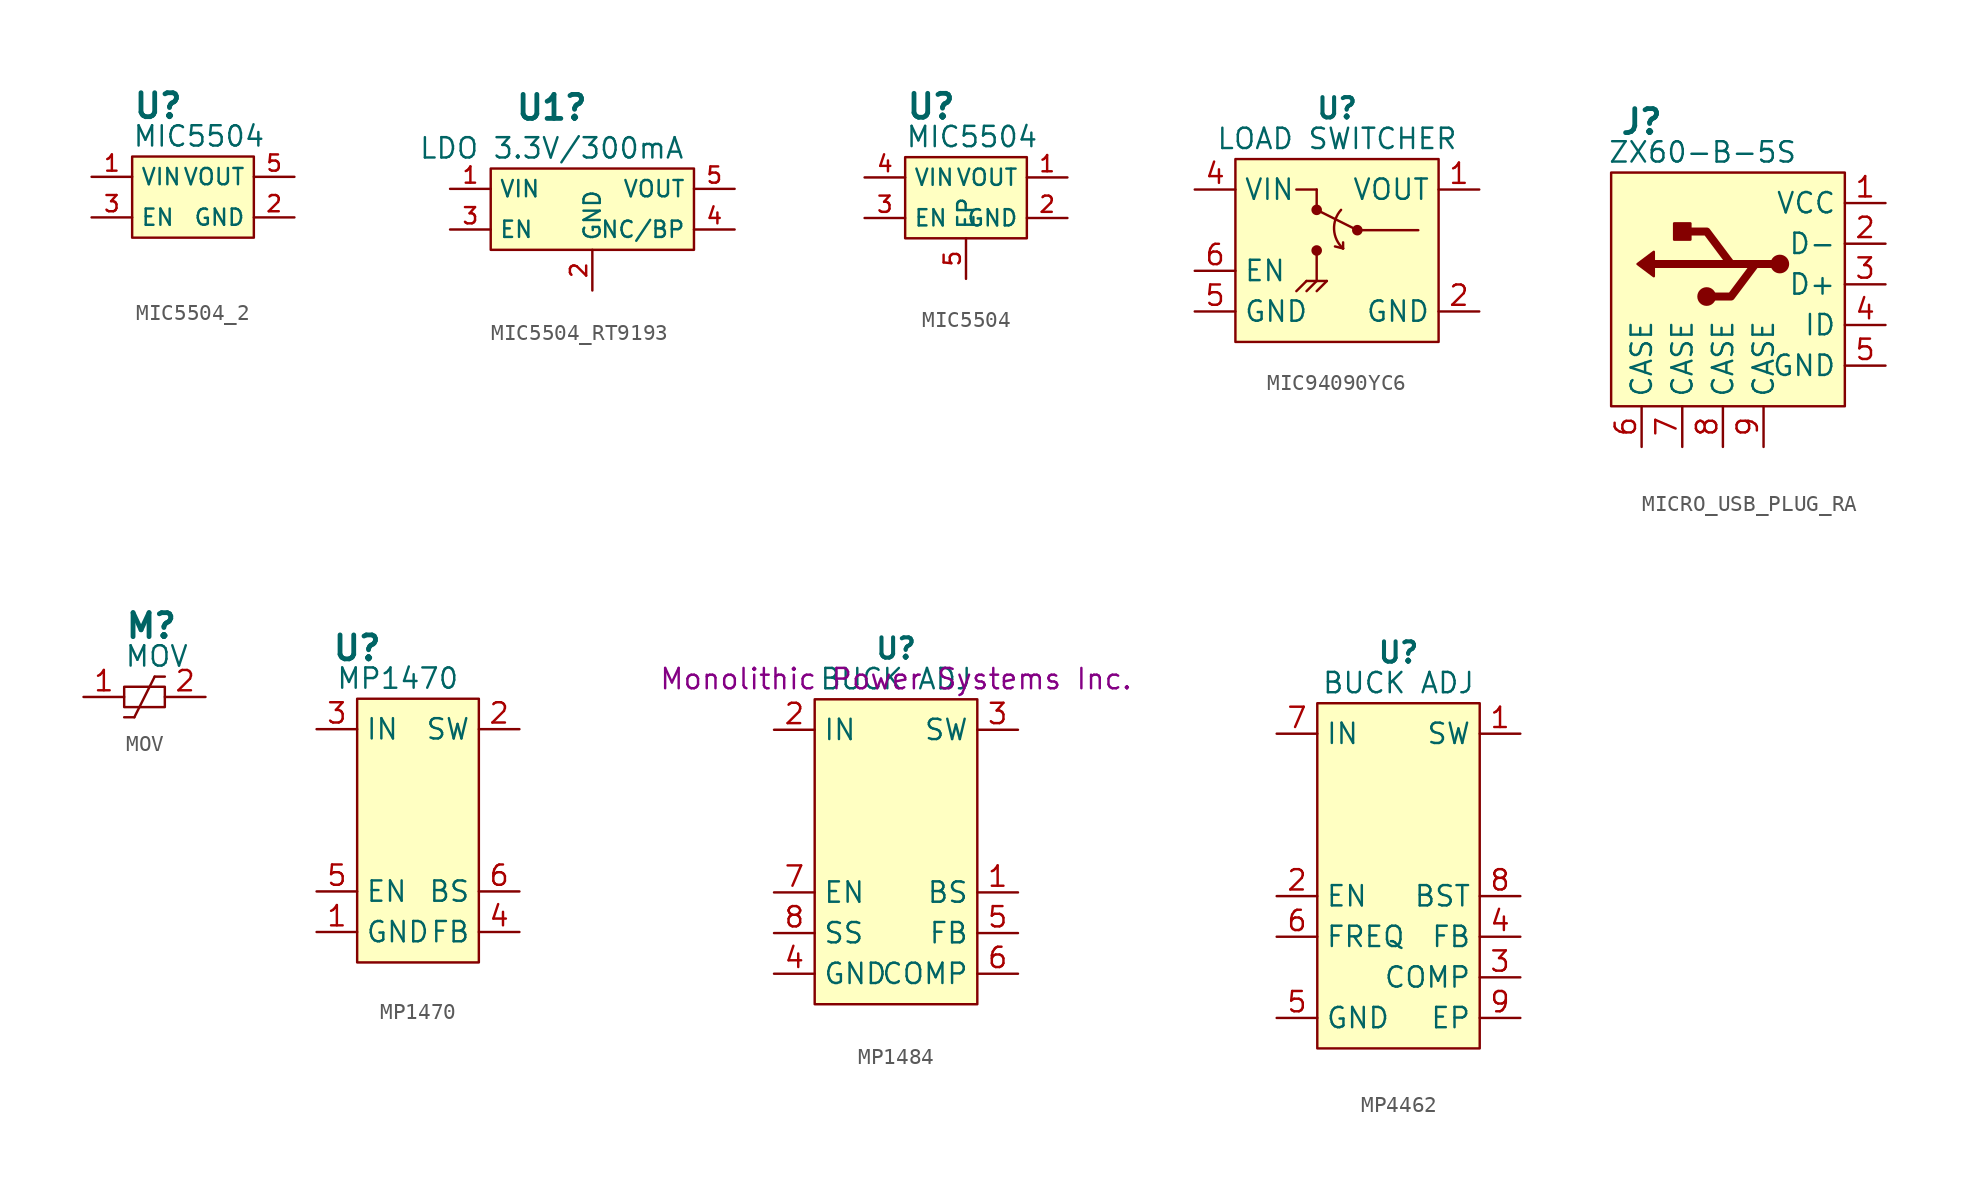
<source format=kicad_sym>
(kicad_symbol_lib
  (version 20231120)
  (generator "kicad_symbol_editor")
  (generator_version "8.0")
  (symbol "MIC5504_2"
    (property "Reference" "U"
      (at 0 -0.635 0)
      (effects (font (size 1.5 1.5) (bold yes)) (justify left)))
    (property "Value" "MIC5504"
      (at 0 -2.54 0)
      (effects (font (size 1.27 1.27)) (justify left)))
    (symbol "MIC5504_2_1_0"
      (pin power_in line (at -2.54 -5.08 0) (length 2.54) (name "VIN" (effects (font (size 1.016 1.016)))) (number "1" (effects (font (size 1.016 1.016)))))
      (pin power_in line (at 10.16 -7.62 180) (length 2.54) (name "GND" (effects (font (size 1.016 1.016)))) (number "2" (effects (font (size 1.016 1.016)))))
      (pin input line (at -2.54 -7.62 0) (length 2.54) (name "EN" (effects (font (size 1.016 1.016)))) (number "3" (effects (font (size 1.016 1.016)))))
      (pin no_connect line (at 3.81 -11.43 90) (length 2.54) hide (name "NC" (effects (font (size 1.016 1.016)))) (number "4" (effects (font (size 1.016 1.016)))))
      (pin power_out line (at 10.16 -5.08 180) (length 2.54) (name "VOUT" (effects (font (size 1.016 1.016)))) (number "5" (effects (font (size 1.016 1.016))))))
    (symbol "MIC5504_2_1_1"
      (rectangle (start 0 -3.81) (end 7.62 -8.89) (stroke (width 0) (type default)) (fill (type background)))))
  (symbol "MIC5504_RT9193"
    (property "Reference" "U1"
      (at 3.81 0 0)
      (effects (font (size 1.5 1.5) (bold yes))))
    (property "Value" "LDO 3.3V/300mA"
      (at 3.81 -2.54 0)
      (effects (font (size 1.27 1.27))))
    (symbol "MIC5504_RT9193_1_0"
      (pin power_in line (at -2.54 -5.08 0) (length 2.54) (name "VIN" (effects (font (size 1.016 1.016)))) (number "1" (effects (font (size 1.016 1.016)))))
      (pin power_in line (at 6.35 -11.43 90) (length 2.54) (name "GND" (effects (font (size 1.016 1.016)))) (number "2" (effects (font (size 1.016 1.016)))))
      (pin input line (at -2.54 -7.62 0) (length 2.54) (name "EN" (effects (font (size 1.016 1.016)))) (number "3" (effects (font (size 1.016 1.016)))))
      (pin passive line (at 15.24 -7.62 180) (length 2.54) (name "NC/BP" (effects (font (size 1.016 1.016)))) (number "4" (effects (font (size 1.016 1.016)))))
      (pin power_out line (at 15.24 -5.08 180) (length 2.54) (name "VOUT" (effects (font (size 1.016 1.016)))) (number "5" (effects (font (size 1.016 1.016))))))
    (symbol "MIC5504_RT9193_1_1"
      (rectangle (start 0 -3.81) (end 12.7 -8.89) (stroke (width 0) (type default)) (fill (type background)))))
  (symbol "MIC5504"
    (property "Reference" "U"
      (at 0 0 0)
      (effects (font (size 1.5 1.5) (bold yes)) (justify left)))
    (property "Value" "MIC5504"
      (at 0 -1.905 0)
      (effects (font (size 1.27 1.27)) (justify left)))
    (symbol "MIC5504_1_0"
      (pin power_out line (at 10.16 -4.445 180) (length 2.54) (name "VOUT" (effects (font (size 1.016 1.016)))) (number "1" (effects (font (size 1.016 1.016)))))
      (pin power_in line (at 10.16 -6.985 180) (length 2.54) (name "GND" (effects (font (size 1.016 1.016)))) (number "2" (effects (font (size 1.016 1.016)))))
      (pin input line (at -2.54 -6.985 0) (length 2.54) (name "EN" (effects (font (size 1.016 1.016)))) (number "3" (effects (font (size 1.016 1.016)))))
      (pin power_in line (at -2.54 -4.445 0) (length 2.54) (name "VIN" (effects (font (size 1.016 1.016)))) (number "4" (effects (font (size 1.016 1.016)))))
      (pin passive line (at 3.81 -10.795 90) (length 2.54) (name "EP" (effects (font (size 1.016 1.016)))) (number "5" (effects (font (size 1.016 1.016))))))
    (symbol "MIC5504_1_1"
      (rectangle (start 0 -3.175) (end 7.62 -8.255) (stroke (width 0) (type default)) (fill (type background)))))
  (symbol "MIC94090YC6"
    (property "Reference" "U"
      (at 0 0 0)
      (effects (font (size 1.27 1.27) (bold yes))))
    (property "Value" "LOAD SWITCHER"
      (at 0 -1.905 0)
      (effects (font (size 1.27 1.27))))
    (symbol "MIC94090YC6_0_0"
      (pin power_out line (at 8.89 -5.08 180) (length 2.54) (name "VOUT" (effects (font (size 1.27 1.27)))) (number "1" (effects (font (size 1.27 1.27)))))
      (pin passive line (at 8.89 -12.7 180) (length 2.54) (name "GND" (effects (font (size 1.27 1.27)))) (number "2" (effects (font (size 1.27 1.27)))))
      (pin power_in line (at -8.89 -5.08 0) (length 2.54) (name "VIN" (effects (font (size 1.27 1.27)))) (number "4" (effects (font (size 1.27 1.27)))))
      (pin passive line (at -8.89 -12.7 0) (length 2.54) (name "GND" (effects (font (size 1.27 1.27)))) (number "5" (effects (font (size 1.27 1.27)))))
      (pin input line (at -8.89 -10.16 0) (length 2.54) (name "EN" (effects (font (size 1.27 1.27)))) (number "6" (effects (font (size 1.27 1.27))))))
    (symbol "MIC94090YC6_0_1"
      (polyline (pts (xy -2.54 -5.08) (xy -1.27 -5.08)) (stroke (width 0) (type default)) (fill (type none)))
      (polyline (pts (xy -1.905 -10.795) (xy -2.54 -11.43)) (stroke (width 0) (type default)) (fill (type none)))
      (polyline (pts (xy -1.905 -10.795) (xy -0.635 -10.795)) (stroke (width 0) (type default)) (fill (type none)))
      (polyline (pts (xy -1.27 -10.795) (xy -1.905 -11.43)) (stroke (width 0) (type default)) (fill (type none)))
      (polyline (pts (xy -1.27 -8.89) (xy -1.27 -10.795)) (stroke (width 0) (type default)) (fill (type none)))
      (polyline (pts (xy -1.27 -6.35) (xy 1.27 -7.62)) (stroke (width 0) (type default)) (fill (type none)))
      (polyline (pts (xy -1.27 -5.08) (xy -1.27 -6.35)) (stroke (width 0) (type default)) (fill (type none)))
      (polyline (pts (xy -0.635 -10.795) (xy -1.27 -11.43)) (stroke (width 0) (type default)) (fill (type none)))
      (polyline (pts (xy 1.27 -7.62) (xy 5.08 -7.62)) (stroke (width 0) (type default)) (fill (type none))))
    (symbol "MIC94090YC6_1_0"
      (pin no_connect line (at 8.89 -10.16 180) (length 2.54) hide (name "NC" (effects (font (size 1.27 1.27)))) (number "3" (effects (font (size 1.27 1.27))))))
    (symbol "MIC94090YC6_1_1"
      (rectangle (start -6.35 -3.175) (end 6.35 -14.605) (stroke (width 0) (type default)) (fill (type background)))
      (circle (center -1.27 -8.89) (radius 0.254) (stroke (width 0) (type default)) (fill (type outline)))
      (circle (center -1.27 -6.35) (radius 0.254) (stroke (width 0) (type default)) (fill (type outline)))
      (polyline (pts (xy -0.127 -8.636) (xy 0.381 -8.763)) (stroke (width 0) (type default)) (fill (type none)))
      (polyline (pts (xy 0.381 -8.382) (xy 0.381 -8.763)) (stroke (width 0) (type default)) (fill (type none)))
      (arc (start 0.254 -6.35) (mid -0.1822 -7.5828) (end 0.381 -8.763) (stroke (width 0) (type default)) (fill (type none)))
      (circle (center 1.27 -7.62) (radius 0.254) (stroke (width 0) (type default)) (fill (type outline)))))
  (symbol "MICRO_USB_PLUG_RA"
    (property "Reference" "J"
      (at 0 0 0)
      (effects (font (size 1.5 1.5) (bold yes))))
    (property "Value" "ZX60-B-5S"
      (at 3.81 -1.905 0)
      (effects (font (size 1.27 1.27))))
    (symbol "MICRO_USB_PLUG_RA_1_1"
      (rectangle (start -1.905 -3.175) (end 12.7 -17.78) (stroke (width 0) (type default)) (fill (type background)))
      (polyline (pts (xy 5.588 -8.89) (xy 0.254 -8.89)) (stroke (width 0.5) (type default)) (fill (type none)))
      (polyline (pts (xy -0.254 -8.89) (xy 0.762 -9.652) (xy 0.762 -8.128) (xy -0.254 -8.89)) (stroke (width 0) (type default)) (fill (type outline)))
      (polyline (pts (xy 2.54 -6.858) (xy 3.81 -6.858) (xy 4.064 -6.858) (xy 5.588 -8.89) (xy 7.112 -8.89)) (stroke (width 0.5) (type default)) (fill (type none)))
      (polyline (pts (xy 4.064 -10.922) (xy 5.334 -10.922) (xy 5.588 -10.922) (xy 7.112 -8.89) (xy 8.636 -8.89)) (stroke (width 0.5) (type default)) (fill (type none)))
      (rectangle (start 2.032 -6.35) (end 3.048 -7.366) (stroke (width 0) (type default)) (fill (type outline)))
      (circle (center 4.064 -10.922) (radius 0.508) (stroke (width 0) (type default)) (fill (type outline)))
      (circle (center 8.636 -8.89) (radius 0.508) (stroke (width 0) (type default)) (fill (type outline)))
      (pin power_out line (at 15.24 -5.08 180) (length 2.54) (name "VCC" (effects (font (size 1.27 1.27)))) (number "1" (effects (font (size 1.27 1.27)))))
      (pin bidirectional line (at 15.24 -7.62 180) (length 2.54) (name "D-" (effects (font (size 1.27 1.27)))) (number "2" (effects (font (size 1.27 1.27)))))
      (pin bidirectional line (at 15.24 -10.16 180) (length 2.54) (name "D+" (effects (font (size 1.27 1.27)))) (number "3" (effects (font (size 1.27 1.27)))))
      (pin input line (at 15.24 -12.7 180) (length 2.54) (name "ID" (effects (font (size 1.27 1.27)))) (number "4" (effects (font (size 1.27 1.27)))))
      (pin passive line (at 15.24 -15.24 180) (length 2.54) (name "GND" (effects (font (size 1.27 1.27)))) (number "5" (effects (font (size 1.27 1.27)))))
      (pin passive line (at 0 -20.32 90) (length 2.54) (name "CASE" (effects (font (size 1.27 1.27)))) (number "6" (effects (font (size 1.27 1.27)))))
      (pin passive line (at 2.54 -20.32 90) (length 2.54) (name "CASE" (effects (font (size 1.27 1.27)))) (number "7" (effects (font (size 1.27 1.27)))))
      (pin passive line (at 5.08 -20.32 90) (length 2.54) (name "CASE" (effects (font (size 1.27 1.27)))) (number "8" (effects (font (size 1.27 1.27)))))
      (pin passive line (at 7.62 -20.32 90) (length 2.54) (name "CASE" (effects (font (size 1.27 1.27)))) (number "9" (effects (font (size 1.27 1.27)))))))
  (symbol "MOV"
    (pin_names hide)
    (property "Reference" "M"
      (at 0 1.905 0)
      (effects (font (size 1.5 1.5) (bold yes)) (justify left)))
    (property "Value" "MOV"
      (at 0 0 0)
      (effects (font (size 1.27 1.27)) (justify left)))
    (symbol "MOV_0_1"
      (rectangle (start 0 -1.905) (end 2.54 -3.175) (stroke (width 0) (type default)) (fill (type none)))
      (polyline (pts (xy 0 -3.81) (xy 0.635 -3.81)) (stroke (width 0) (type default)) (fill (type none)))
      (polyline (pts (xy 1.905 -1.27) (xy 0.635 -3.81)) (stroke (width 0) (type default)) (fill (type none)))
      (polyline (pts (xy 1.905 -1.27) (xy 2.54 -1.27)) (stroke (width 0) (type default)) (fill (type none))))
    (symbol "MOV_1_1"
      (pin bidirectional line (at -2.54 -2.54 0) (length 2.54) (name "1" (effects (font (size 1.27 1.27)))) (number "1" (effects (font (size 1.27 1.27)))))
      (pin bidirectional line (at 5.08 -2.54 180) (length 2.54) (name "2" (effects (font (size 1.27 1.27)))) (number "2" (effects (font (size 1.27 1.27)))))))
  (symbol "MP1470"
    (property "Reference" "U"
      (at 34.29 24.13 0)
      (effects (font (size 1.5 1.5) (bold yes))))
    (property "Value" "MP1470"
      (at 36.83 22.225 0)
      (effects (font (size 1.27 1.27))))
    (symbol "MP1470_1_1"
      (rectangle (start 34.29 20.955) (end 41.91 4.445) (stroke (width 0) (type default)) (fill (type background)))
      (pin power_in line (at 31.75 6.35 0) (length 2.54) (name "GND" (effects (font (size 1.27 1.27)))) (number "1" (effects (font (size 1.27 1.27)))))
      (pin power_out line (at 44.45 19.05 180) (length 2.54) (name "SW" (effects (font (size 1.27 1.27)))) (number "2" (effects (font (size 1.27 1.27)))))
      (pin power_in line (at 31.75 19.05 0) (length 2.54) (name "IN" (effects (font (size 1.27 1.27)))) (number "3" (effects (font (size 1.27 1.27)))))
      (pin input line (at 44.45 6.35 180) (length 2.54) (name "FB" (effects (font (size 1.27 1.27)))) (number "4" (effects (font (size 1.27 1.27)))))
      (pin input line (at 31.75 8.89 0) (length 2.54) (name "EN" (effects (font (size 1.27 1.27)))) (number "5" (effects (font (size 1.27 1.27)))))
      (pin passive line (at 44.45 8.89 180) (length 2.54) (name "BS" (effects (font (size 1.27 1.27)))) (number "6" (effects (font (size 1.27 1.27)))))))
  (symbol "MP1484"
    (property "Reference" "U"
      (at 0 0 0)
      (effects (font (size 1.27 1.27) (bold yes))))
    (property "Value" "BUCK ADJ"
      (at 0 -1.905 0)
      (effects (font (size 1.27 1.27))))
    (property "MFT" "Monolithic Power Systems Inc."
      (at 0 -1.905 0)
      (effects (font (size 1.27 1.27))))
    (symbol "MP1484_1_1"
      (rectangle (start -5.08 -3.175) (end 5.08 -22.225) (stroke (width 0) (type default)) (fill (type background)))
      (pin passive line (at 7.62 -15.24 180) (length 2.54) (name "BS" (effects (font (size 1.27 1.27)))) (number "1" (effects (font (size 1.27 1.27)))))
      (pin power_in line (at -7.62 -5.08 0) (length 2.54) (name "IN" (effects (font (size 1.27 1.27)))) (number "2" (effects (font (size 1.27 1.27)))))
      (pin output line (at 7.62 -5.08 180) (length 2.54) (name "SW" (effects (font (size 1.27 1.27)))) (number "3" (effects (font (size 1.27 1.27)))))
      (pin passive line (at -7.62 -20.32 0) (length 2.54) (name "GND" (effects (font (size 1.27 1.27)))) (number "4" (effects (font (size 1.27 1.27)))))
      (pin input line (at 7.62 -17.78 180) (length 2.54) (name "FB" (effects (font (size 1.27 1.27)))) (number "5" (effects (font (size 1.27 1.27)))))
      (pin passive line (at 7.62 -20.32 180) (length 2.54) (name "COMP" (effects (font (size 1.27 1.27)))) (number "6" (effects (font (size 1.27 1.27)))))
      (pin input line (at -7.62 -15.24 0) (length 2.54) (name "EN" (effects (font (size 1.27 1.27)))) (number "7" (effects (font (size 1.27 1.27)))))
      (pin passive line (at -7.62 -17.78 0) (length 2.54) (name "SS" (effects (font (size 1.27 1.27)))) (number "8" (effects (font (size 1.27 1.27)))))))
  (symbol "MP4462"
    (property "Reference" "U"
      (at 0 0 0)
      (effects (font (size 1.27 1.27) (bold yes))))
    (property "Value" "BUCK ADJ"
      (at 0 -1.905 0)
      (effects (font (size 1.27 1.27))))
    (symbol "MP4462_1_1"
      (rectangle (start -5.08 -3.175) (end 5.08 -24.765) (stroke (width 0) (type default)) (fill (type background)))
      (pin output line (at 7.62 -5.08 180) (length 2.54) (name "SW" (effects (font (size 1.27 1.27)))) (number "1" (effects (font (size 1.27 1.27)))))
      (pin input line (at -7.62 -15.24 0) (length 2.54) (name "EN" (effects (font (size 1.27 1.27)))) (number "2" (effects (font (size 1.27 1.27)))))
      (pin passive line (at 7.62 -20.32 180) (length 2.54) (name "COMP" (effects (font (size 1.27 1.27)))) (number "3" (effects (font (size 1.27 1.27)))))
      (pin input line (at 7.62 -17.78 180) (length 2.54) (name "FB" (effects (font (size 1.27 1.27)))) (number "4" (effects (font (size 1.27 1.27)))))
      (pin passive line (at -7.62 -22.86 0) (length 2.54) (name "GND" (effects (font (size 1.27 1.27)))) (number "5" (effects (font (size 1.27 1.27)))))
      (pin passive line (at -7.62 -17.78 0) (length 2.54) (name "FREQ" (effects (font (size 1.27 1.27)))) (number "6" (effects (font (size 1.27 1.27)))))
      (pin power_in line (at -7.62 -5.08 0) (length 2.54) (name "IN" (effects (font (size 1.27 1.27)))) (number "7" (effects (font (size 1.27 1.27)))))
      (pin passive line (at 7.62 -15.24 180) (length 2.54) (name "BST" (effects (font (size 1.27 1.27)))) (number "8" (effects (font (size 1.27 1.27)))))
      (pin passive line (at 7.62 -22.86 180) (length 2.54) (name "EP" (effects (font (size 1.27 1.27)))) (number "9" (effects (font (size 1.27 1.27))))))))
</source>
